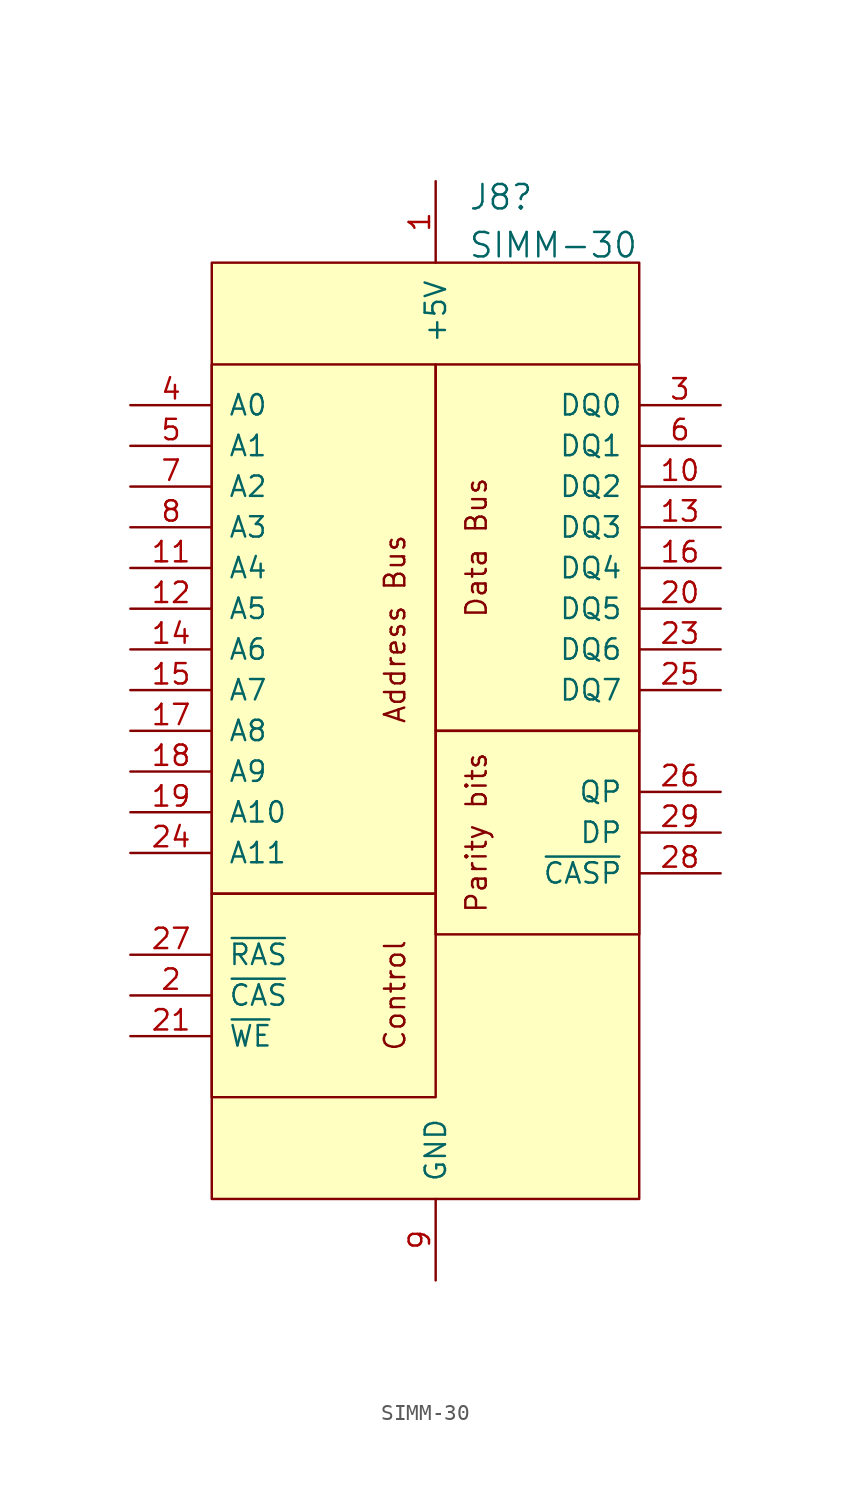
<source format=kicad_sym>
(kicad_symbol_lib
  (version 20240819)
  (generator "kicad_symbol_editor")
  (generator_version "8.99")
  (symbol "SIMM-30"
    (pin_names
      (offset 1.016))
    (property "Reference" "J8"
      (at 2.019 58.694 0)
      (effects (font (size 1.524 1.524)) (justify left)))
    (property "Value" "SIMM-30"
      (at 2.019 55.701 0)
      (effects (font (size 1.524 1.524)) (justify left)))
    (symbol "SIMM-30_0_0"
      (rectangle (start -13.97 48.26) (end 0 15.24) (stroke (width 0) (type default)) (fill (type none)))
      (rectangle (start -13.97 15.24) (end 0 2.54) (stroke (width 0) (type default)) (fill (type none)))
      (rectangle (start 0 48.26) (end 12.7 25.4) (stroke (width 0) (type default)) (fill (type none)))
      (rectangle (start 0 25.4) (end 12.7 12.7) (stroke (width 0) (type default)) (fill (type none)))
      (text "Address Bus" (at -2.54 31.75 900) (effects (font (size 1.27 1.27))))
      (text "Control" (at -2.54 8.89 900) (effects (font (size 1.27 1.27))))
      (text "Data Bus" (at 2.54 36.83 900) (effects (font (size 1.27 1.27))))
      (text "Parity bits" (at 2.54 19.05 900) (effects (font (size 1.27 1.27))))
      (pin power_in line (at 0 59.69 270) (length 5.08) (hide yes) (name "+5V" (effects (font (size 1.27 1.27)))) (number "30" (effects (font (size 1.27 1.27))))))
    (symbol "SIMM-30_1_1"
      (rectangle (start -13.97 54.61) (end 12.7 -3.81) (stroke (width 0) (type default)) (fill (type background)))
      (pin input line (at -19.05 45.72 0) (length 5.08) (name "A0" (effects (font (size 1.27 1.27)))) (number "4" (effects (font (size 1.27 1.27)))))
      (pin input line (at -19.05 43.18 0) (length 5.08) (name "A1" (effects (font (size 1.27 1.27)))) (number "5" (effects (font (size 1.27 1.27)))))
      (pin input line (at -19.05 40.64 0) (length 5.08) (name "A2" (effects (font (size 1.27 1.27)))) (number "7" (effects (font (size 1.27 1.27)))))
      (pin input line (at -19.05 38.1 0) (length 5.08) (name "A3" (effects (font (size 1.27 1.27)))) (number "8" (effects (font (size 1.27 1.27)))))
      (pin input line (at -19.05 35.56 0) (length 5.08) (name "A4" (effects (font (size 1.27 1.27)))) (number "11" (effects (font (size 1.27 1.27)))))
      (pin input line (at -19.05 33.02 0) (length 5.08) (name "A5" (effects (font (size 1.27 1.27)))) (number "12" (effects (font (size 1.27 1.27)))))
      (pin input line (at -19.05 30.48 0) (length 5.08) (name "A6" (effects (font (size 1.27 1.27)))) (number "14" (effects (font (size 1.27 1.27)))))
      (pin input line (at -19.05 27.94 0) (length 5.08) (name "A7" (effects (font (size 1.27 1.27)))) (number "15" (effects (font (size 1.27 1.27)))))
      (pin input line (at -19.05 25.4 0) (length 5.08) (name "A8" (effects (font (size 1.27 1.27)))) (number "17" (effects (font (size 1.27 1.27)))))
      (pin input line (at -19.05 22.86 0) (length 5.08) (name "A9" (effects (font (size 1.27 1.27)))) (number "18" (effects (font (size 1.27 1.27)))))
      (pin input line (at -19.05 20.32 0) (length 5.08) (name "A10" (effects (font (size 1.27 1.27)))) (number "19" (effects (font (size 1.27 1.27)))))
      (pin input line (at -19.05 17.78 0) (length 5.08) (name "A11" (effects (font (size 1.27 1.27)))) (number "24" (effects (font (size 1.27 1.27)))))
      (pin input line (at -19.05 11.43 0) (length 5.08) (name "~{RAS}" (effects (font (size 1.27 1.27)))) (number "27" (effects (font (size 1.27 1.27)))))
      (pin input line (at -19.05 8.89 0) (length 5.08) (name "~{CAS}" (effects (font (size 1.27 1.27)))) (number "2" (effects (font (size 1.27 1.27)))))
      (pin input line (at -19.05 6.35 0) (length 5.08) (name "~{WE}" (effects (font (size 1.27 1.27)))) (number "21" (effects (font (size 1.27 1.27)))))
      (pin power_in line (at 0 59.69 270) (length 5.08) (name "+5V" (effects (font (size 1.27 1.27)))) (number "1" (effects (font (size 1.27 1.27)))))
      (pin power_in line (at 0 -8.89 90) (length 5.08) (hide yes) (name "GND" (effects (font (size 1.27 1.27)))) (number "22" (effects (font (size 1.27 1.27)))))
      (pin power_in line (at 0 -8.89 90) (length 5.08) (name "GND" (effects (font (size 1.27 1.27)))) (number "9" (effects (font (size 1.27 1.27)))))
      (pin bidirectional line (at 17.78 45.72 180) (length 5.08) (name "DQ0" (effects (font (size 1.27 1.27)))) (number "3" (effects (font (size 1.27 1.27)))))
      (pin bidirectional line (at 17.78 43.18 180) (length 5.08) (name "DQ1" (effects (font (size 1.27 1.27)))) (number "6" (effects (font (size 1.27 1.27)))))
      (pin bidirectional line (at 17.78 40.64 180) (length 5.08) (name "DQ2" (effects (font (size 1.27 1.27)))) (number "10" (effects (font (size 1.27 1.27)))))
      (pin bidirectional line (at 17.78 38.1 180) (length 5.08) (name "DQ3" (effects (font (size 1.27 1.27)))) (number "13" (effects (font (size 1.27 1.27)))))
      (pin bidirectional line (at 17.78 35.56 180) (length 5.08) (name "DQ4" (effects (font (size 1.27 1.27)))) (number "16" (effects (font (size 1.27 1.27)))))
      (pin bidirectional line (at 17.78 33.02 180) (length 5.08) (name "DQ5" (effects (font (size 1.27 1.27)))) (number "20" (effects (font (size 1.27 1.27)))))
      (pin bidirectional line (at 17.78 30.48 180) (length 5.08) (name "DQ6" (effects (font (size 1.27 1.27)))) (number "23" (effects (font (size 1.27 1.27)))))
      (pin bidirectional line (at 17.78 27.94 180) (length 5.08) (name "DQ7" (effects (font (size 1.27 1.27)))) (number "25" (effects (font (size 1.27 1.27)))))
      (pin passive line (at 17.78 21.59 180) (length 5.08) (name "QP" (effects (font (size 1.27 1.27)))) (number "26" (effects (font (size 1.27 1.27)))))
      (pin input line (at 17.78 19.05 180) (length 5.08) (name "DP" (effects (font (size 1.27 1.27)))) (number "29" (effects (font (size 1.27 1.27)))))
      (pin input line (at 17.78 16.51 180) (length 5.08) (name "~{CASP}" (effects (font (size 1.27 1.27)))) (number "28" (effects (font (size 1.27 1.27))))))))
</source>
